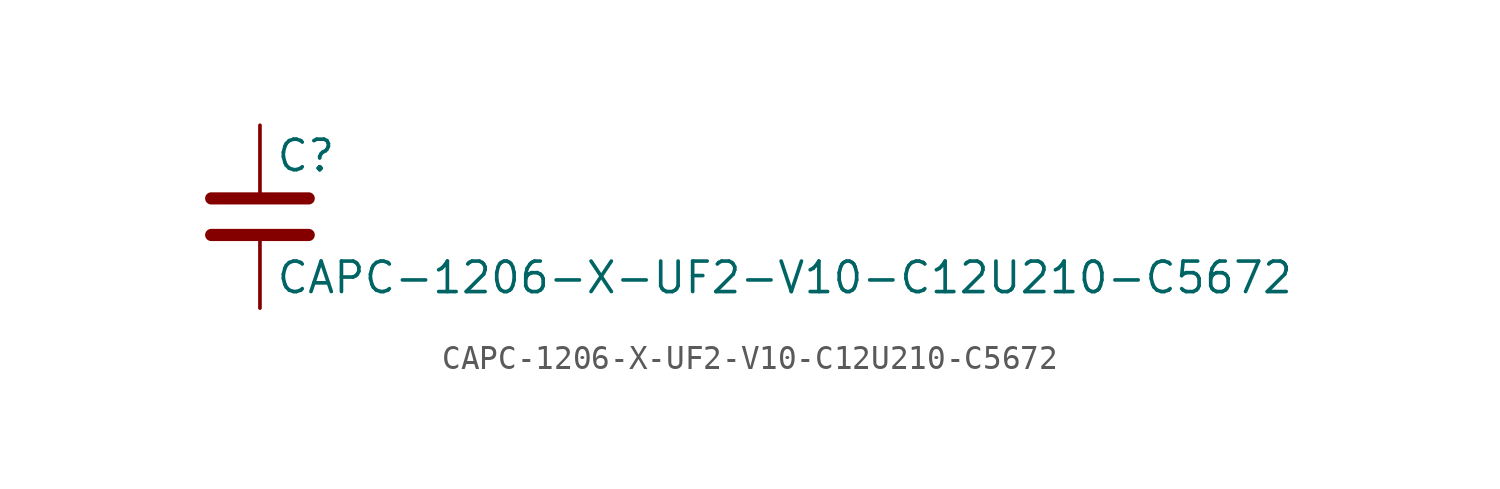
<source format=kicad_sym>
(kicad_symbol_lib
  (version 20211014)
  (generator kicad_symbol_editor)
  (symbol "CAPC-1206-X-UF2-V10-C12U210-C5672"
    (pin_numbers hide)
    (pin_names
      (offset 0.254))
    (property "Reference" "C"
      (at 0.635 2.54 0)
      (effects (font (size 1.27 1.27)) (justify left)))
    (property "Value" "CAPC-1206-X-UF2-V10-C12U210-C5672"
      (at 0.635 -2.54 0)
      (effects (font (size 1.27 1.27)) (justify left)))
    (symbol "CAPC-1206-X-UF2-V10-C12U210-C5672_0_1"
      (polyline (pts (xy -2.032 -0.762) (xy 2.032 -0.762)) (stroke (width 0.508) (type default) (color 0 0 0 0)) (fill (type none)))
      (polyline (pts (xy -2.032 0.762) (xy 2.032 0.762)) (stroke (width 0.508) (type default) (color 0 0 0 0)) (fill (type none))))
    (symbol "CAPC-1206-X-UF2-V10-C12U210-C5672_1_1"
      (pin passive line (at 0 3.81 270) (length 2.794) (name "~" (effects (font (size 1.27 1.27)))) (number "1" (effects (font (size 1.27 1.27)))))
      (pin passive line (at 0 -3.81 90) (length 2.794) (name "~" (effects (font (size 1.27 1.27)))) (number "2" (effects (font (size 1.27 1.27))))))))
</source>
